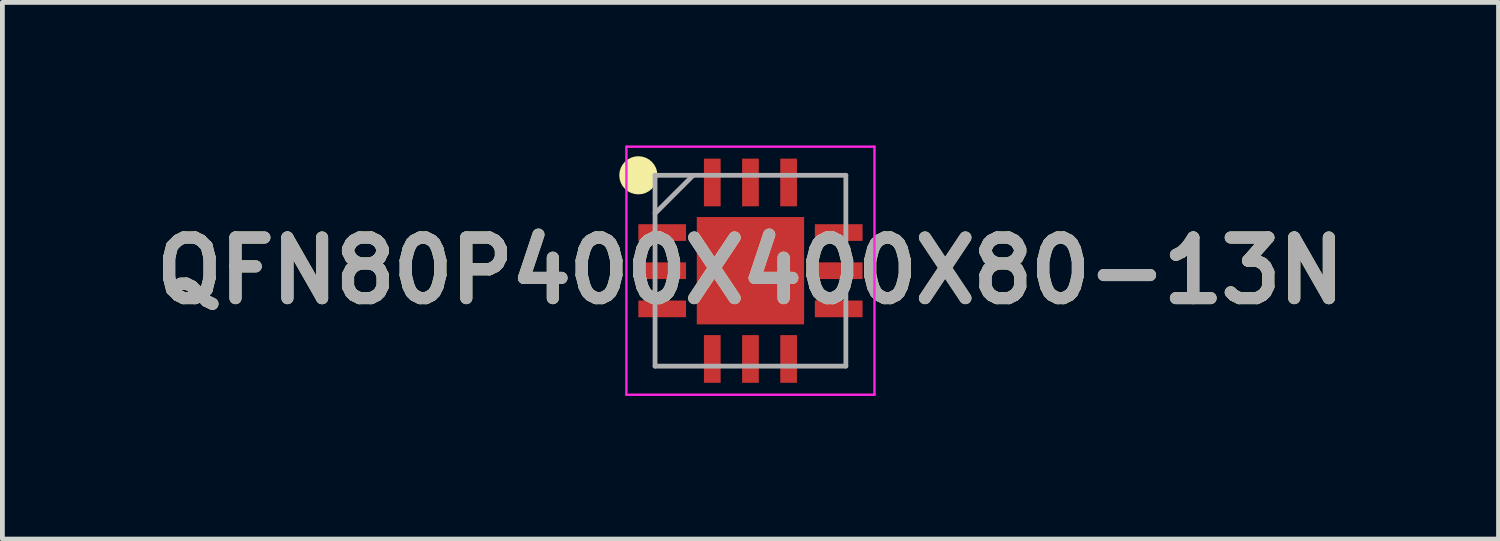
<source format=kicad_pcb>
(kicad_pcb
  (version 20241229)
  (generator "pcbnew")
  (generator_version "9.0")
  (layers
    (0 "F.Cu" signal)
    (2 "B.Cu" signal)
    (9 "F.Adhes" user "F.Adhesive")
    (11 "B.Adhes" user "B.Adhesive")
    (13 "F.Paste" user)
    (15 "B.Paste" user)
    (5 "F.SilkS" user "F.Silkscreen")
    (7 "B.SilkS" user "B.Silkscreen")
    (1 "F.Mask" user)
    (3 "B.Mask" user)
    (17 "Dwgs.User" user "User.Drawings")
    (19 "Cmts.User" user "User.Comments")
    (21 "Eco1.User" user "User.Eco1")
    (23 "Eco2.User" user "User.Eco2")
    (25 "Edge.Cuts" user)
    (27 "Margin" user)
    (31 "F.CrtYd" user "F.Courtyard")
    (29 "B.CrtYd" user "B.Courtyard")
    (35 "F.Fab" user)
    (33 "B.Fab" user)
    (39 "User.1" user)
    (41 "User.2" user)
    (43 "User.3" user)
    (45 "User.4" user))
  (footprint "QFN80P400X400X80-13N"
    (layer "F.Cu")
    (at 12.682 2.625)
    (property "Reference" "QFN80P400X400X80-13N" (at 0 0 0) (layer "F.SilkS") (effects (font (size 1.27 1.27) (thickness 0.254))))
    (attr smd)
    (fp_circle (center -2.35 -2) (end -2.35 -1.8) (stroke (width 0.4) (type solid)) (fill no) (layer "F.SilkS"))
    (fp_line (start -2.6 -2.6) (end 2.6 -2.6) (stroke (width 0.05) (type solid)) (layer "F.CrtYd"))
    (fp_line (start -2.6 2.6) (end -2.6 -2.6) (stroke (width 0.05) (type solid)) (layer "F.CrtYd"))
    (fp_line (start 2.6 -2.6) (end 2.6 2.6) (stroke (width 0.05) (type solid)) (layer "F.CrtYd"))
    (fp_line (start 2.6 2.6) (end -2.6 2.6) (stroke (width 0.05) (type solid)) (layer "F.CrtYd"))
    (fp_line (start -2 -2) (end 2 -2) (stroke (width 0.1) (type solid)) (layer "F.Fab"))
    (fp_line (start -2 -1.2) (end -1.2 -2) (stroke (width 0.1) (type solid)) (layer "F.Fab"))
    (fp_line (start -2 2) (end -2 -2) (stroke (width 0.1) (type solid)) (layer "F.Fab"))
    (fp_line (start 2 -2) (end 2 2) (stroke (width 0.1) (type solid)) (layer "F.Fab"))
    (fp_line (start 2 2) (end -2 2) (stroke (width 0.1) (type solid)) (layer "F.Fab"))
    (fp_text user "${REFERENCE}" (at 0 0 0) (layer "F.Fab") (effects (font (size 1.27 1.27) (thickness 0.254))))
    (pad "1" smd rect (at -1.85 -0.8 90) (size 0.35 1) (layers "F.Cu" "F.Mask" "F.Paste"))
    (pad "2" smd rect (at -1.85 0 90) (size 0.35 1) (layers "F.Cu" "F.Mask" "F.Paste"))
    (pad "3" smd rect (at -1.85 0.8 90) (size 0.35 1) (layers "F.Cu" "F.Mask" "F.Paste"))
    (pad "4" smd rect (at -0.8 1.85) (size 0.35 1) (layers "F.Cu" "F.Mask" "F.Paste"))
    (pad "5" smd rect (at 0 1.85) (size 0.35 1) (layers "F.Cu" "F.Mask" "F.Paste"))
    (pad "6" smd rect (at 0.8 1.85) (size 0.35 1) (layers "F.Cu" "F.Mask" "F.Paste"))
    (pad "7" smd rect (at 1.85 0.8 90) (size 0.35 1) (layers "F.Cu" "F.Mask" "F.Paste"))
    (pad "8" smd rect (at 1.85 0 90) (size 0.35 1) (layers "F.Cu" "F.Mask" "F.Paste"))
    (pad "9" smd rect (at 1.85 -0.8 90) (size 0.35 1) (layers "F.Cu" "F.Mask" "F.Paste"))
    (pad "10" smd rect (at 0.8 -1.85) (size 0.35 1) (layers "F.Cu" "F.Mask" "F.Paste"))
    (pad "11" smd rect (at 0 -1.85) (size 0.35 1) (layers "F.Cu" "F.Mask" "F.Paste"))
    (pad "12" smd rect (at -0.8 -1.85) (size 0.35 1) (layers "F.Cu" "F.Mask" "F.Paste"))
    (pad "13" smd rect (at 0 0) (size 2.25 2.25) (layers "F.Cu" "F.Mask" "F.Paste")))
  (gr_rect
    (start -3 -3)
    (end 28.364 8.25)
    (stroke (width 0.1) (type default))
    (fill no)
    (layer "Edge.Cuts")))
</source>
